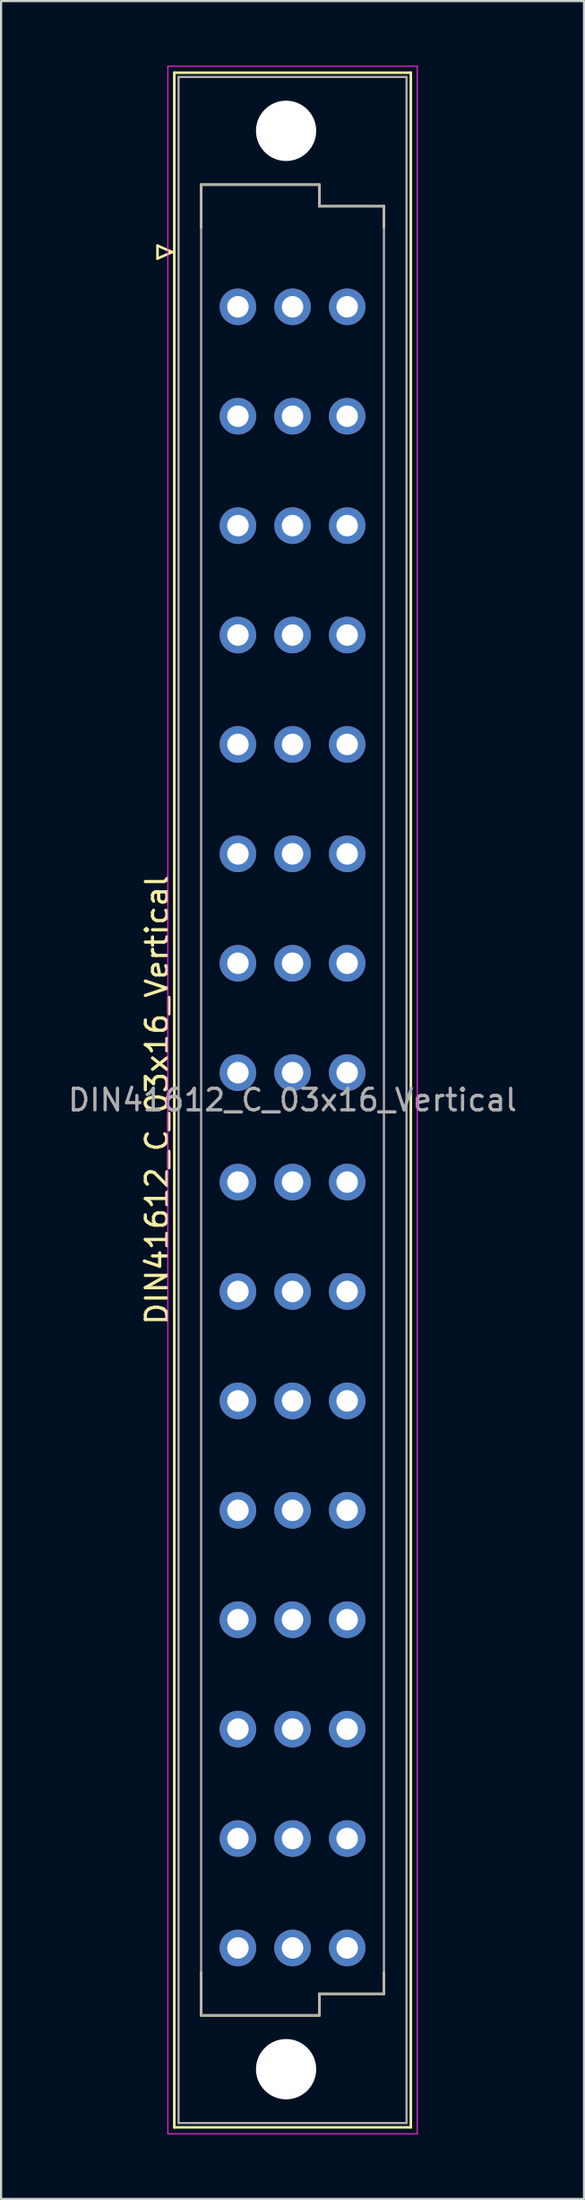
<source format=kicad_pcb>
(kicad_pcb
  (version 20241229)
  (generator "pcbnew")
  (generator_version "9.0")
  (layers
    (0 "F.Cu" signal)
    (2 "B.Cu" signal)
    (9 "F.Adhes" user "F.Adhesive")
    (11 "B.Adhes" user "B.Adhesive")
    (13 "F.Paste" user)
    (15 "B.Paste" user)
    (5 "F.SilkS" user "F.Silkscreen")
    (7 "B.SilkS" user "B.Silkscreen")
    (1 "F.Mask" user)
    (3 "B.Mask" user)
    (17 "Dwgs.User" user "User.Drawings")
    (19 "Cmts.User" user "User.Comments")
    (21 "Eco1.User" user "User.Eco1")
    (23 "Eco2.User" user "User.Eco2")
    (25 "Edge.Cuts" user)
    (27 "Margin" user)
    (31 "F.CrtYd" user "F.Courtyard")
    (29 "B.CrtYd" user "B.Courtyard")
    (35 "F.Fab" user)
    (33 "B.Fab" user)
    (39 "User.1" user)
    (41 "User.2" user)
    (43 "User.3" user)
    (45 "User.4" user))
  (footprint "DIN41612_C_03x16_Vertical"
    (layer "F.Cu")
    (at 8.014 8.655)
    (property "Reference" "DIN41612_C_03x16_Vertical" (at -3.76 39.37 90) (layer "F.SilkS") (effects (font (size 1 1) (thickness 0.15))))
    (attr through_hole)
    (fp_line (start -3.74 -0.3) (end -3.74 0.3) (stroke (width 0.12) (type solid)) (layer "F.SilkS"))
    (fp_line (start -3.74 0.3) (end -3.06 0) (stroke (width 0.12) (type solid)) (layer "F.SilkS"))
    (fp_line (start -3.06 0) (end -3.74 -0.3) (stroke (width 0.12) (type solid)) (layer "F.SilkS"))
    (fp_line (start -2.96 -8.33) (end 8.04 -8.33) (stroke (width 0.12) (type solid)) (layer "F.SilkS"))
    (fp_line (start -2.96 87.07) (end -2.96 -8.33) (stroke (width 0.12) (type solid)) (layer "F.SilkS"))
    (fp_line (start -1.71 -3.13) (end 3.79 -3.13) (stroke (width 0.12) (type solid)) (layer "F.SilkS"))
    (fp_line (start -1.71 -1.13) (end -1.71 -3.13) (stroke (width 0.12) (type solid)) (layer "F.SilkS"))
    (fp_line (start -1.71 79.87) (end -1.71 81.87) (stroke (width 0.12) (type solid)) (layer "F.SilkS"))
    (fp_line (start -1.71 81.87) (end 3.79 81.87) (stroke (width 0.12) (type solid)) (layer "F.SilkS"))
    (fp_line (start 3.79 -3.13) (end 3.79 -2.13) (stroke (width 0.12) (type solid)) (layer "F.SilkS"))
    (fp_line (start 3.79 -2.13) (end 6.79 -2.13) (stroke (width 0.12) (type solid)) (layer "F.SilkS"))
    (fp_line (start 3.79 80.87) (end 6.79 80.87) (stroke (width 0.12) (type solid)) (layer "F.SilkS"))
    (fp_line (start 3.79 81.87) (end 3.79 80.87) (stroke (width 0.12) (type solid)) (layer "F.SilkS"))
    (fp_line (start 6.79 -2.13) (end 6.79 -1.13) (stroke (width 0.12) (type solid)) (layer "F.SilkS"))
    (fp_line (start 6.79 80.87) (end 6.79 79.87) (stroke (width 0.12) (type solid)) (layer "F.SilkS"))
    (fp_line (start 8.04 -8.33) (end 8.04 87.07) (stroke (width 0.12) (type solid)) (layer "F.SilkS"))
    (fp_line (start 8.04 87.07) (end -2.96 87.07) (stroke (width 0.12) (type solid)) (layer "F.SilkS"))
    (fp_line (start -3.26 -8.63) (end 8.34 -8.63) (stroke (width 0.05) (type solid)) (layer "F.CrtYd"))
    (fp_line (start -3.26 87.37) (end -3.26 -8.63) (stroke (width 0.05) (type solid)) (layer "F.CrtYd"))
    (fp_line (start 8.34 -8.63) (end 8.34 87.37) (stroke (width 0.05) (type solid)) (layer "F.CrtYd"))
    (fp_line (start 8.34 87.37) (end -3.26 87.37) (stroke (width 0.05) (type solid)) (layer "F.CrtYd"))
    (fp_line (start -2.76 -8.13) (end 7.84 -8.13) (stroke (width 0.1) (type solid)) (layer "F.Fab"))
    (fp_line (start -2.76 86.87) (end -2.76 -8.13) (stroke (width 0.1) (type solid)) (layer "F.Fab"))
    (fp_line (start -1.71 -3.13) (end 3.79 -3.13) (stroke (width 0.1) (type solid)) (layer "F.Fab"))
    (fp_line (start -1.71 81.87) (end -1.71 -3.13) (stroke (width 0.1) (type solid)) (layer "F.Fab"))
    (fp_line (start 3.79 -3.13) (end 3.79 -2.13) (stroke (width 0.1) (type solid)) (layer "F.Fab"))
    (fp_line (start 3.79 -2.13) (end 6.79 -2.13) (stroke (width 0.1) (type solid)) (layer "F.Fab"))
    (fp_line (start 3.79 80.87) (end 3.79 81.87) (stroke (width 0.1) (type solid)) (layer "F.Fab"))
    (fp_line (start 3.79 81.87) (end -1.71 81.87) (stroke (width 0.1) (type solid)) (layer "F.Fab"))
    (fp_line (start 6.79 -2.13) (end 6.79 80.87) (stroke (width 0.1) (type solid)) (layer "F.Fab"))
    (fp_line (start 6.79 80.87) (end 3.79 80.87) (stroke (width 0.1) (type solid)) (layer "F.Fab"))
    (fp_line (start 7.84 -8.13) (end 7.84 86.87) (stroke (width 0.1) (type solid)) (layer "F.Fab"))
    (fp_line (start 7.84 86.87) (end -2.76 86.87) (stroke (width 0.1) (type solid)) (layer "F.Fab"))
    (fp_text user "${REFERENCE}" (at 2.54 39.37 0) (layer "F.Fab") (effects (font (size 1 1) (thickness 0.15))))
    (pad "" np_thru_hole circle (at 2.24 -5.63) (size 2.8 2.8) (drill 2.8) (layers "*.Cu" "*.Mask"))
    (pad "" np_thru_hole circle (at 2.24 84.37) (size 2.8 2.8) (drill 2.8) (layers "*.Cu" "*.Mask"))
    (pad "a2" thru_hole circle (at 0 2.54) (size 1.7 1.7) (drill 1) (layers "*.Cu" "*.Mask"))
    (pad "a4" thru_hole circle (at 0 7.62) (size 1.7 1.7) (drill 1) (layers "*.Cu" "*.Mask"))
    (pad "a6" thru_hole circle (at 0 12.7) (size 1.7 1.7) (drill 1) (layers "*.Cu" "*.Mask"))
    (pad "a8" thru_hole circle (at 0 17.78) (size 1.7 1.7) (drill 1) (layers "*.Cu" "*.Mask"))
    (pad "a10" thru_hole circle (at 0 22.86) (size 1.7 1.7) (drill 1) (layers "*.Cu" "*.Mask"))
    (pad "a12" thru_hole circle (at 0 27.94) (size 1.7 1.7) (drill 1) (layers "*.Cu" "*.Mask"))
    (pad "a14" thru_hole circle (at 0 33.02) (size 1.7 1.7) (drill 1) (layers "*.Cu" "*.Mask"))
    (pad "a16" thru_hole circle (at 0 38.1) (size 1.7 1.7) (drill 1) (layers "*.Cu" "*.Mask"))
    (pad "a18" thru_hole circle (at 0 43.18) (size 1.7 1.7) (drill 1) (layers "*.Cu" "*.Mask"))
    (pad "a20" thru_hole circle (at 0 48.26) (size 1.7 1.7) (drill 1) (layers "*.Cu" "*.Mask"))
    (pad "a22" thru_hole circle (at 0 53.34) (size 1.7 1.7) (drill 1) (layers "*.Cu" "*.Mask"))
    (pad "a24" thru_hole circle (at 0 58.42) (size 1.7 1.7) (drill 1) (layers "*.Cu" "*.Mask"))
    (pad "a26" thru_hole circle (at 0 63.5) (size 1.7 1.7) (drill 1) (layers "*.Cu" "*.Mask"))
    (pad "a28" thru_hole circle (at 0 68.58) (size 1.7 1.7) (drill 1) (layers "*.Cu" "*.Mask"))
    (pad "a30" thru_hole circle (at 0 73.66) (size 1.7 1.7) (drill 1) (layers "*.Cu" "*.Mask"))
    (pad "a32" thru_hole circle (at 0 78.74) (size 1.7 1.7) (drill 1) (layers "*.Cu" "*.Mask"))
    (pad "b2" thru_hole circle (at 2.54 2.54) (size 1.7 1.7) (drill 1) (layers "*.Cu" "*.Mask"))
    (pad "b4" thru_hole circle (at 2.54 7.62) (size 1.7 1.7) (drill 1) (layers "*.Cu" "*.Mask"))
    (pad "b6" thru_hole circle (at 2.54 12.7) (size 1.7 1.7) (drill 1) (layers "*.Cu" "*.Mask"))
    (pad "b8" thru_hole circle (at 2.54 17.78) (size 1.7 1.7) (drill 1) (layers "*.Cu" "*.Mask"))
    (pad "b10" thru_hole circle (at 2.54 22.86) (size 1.7 1.7) (drill 1) (layers "*.Cu" "*.Mask"))
    (pad "b12" thru_hole circle (at 2.54 27.94) (size 1.7 1.7) (drill 1) (layers "*.Cu" "*.Mask"))
    (pad "b14" thru_hole circle (at 2.54 33.02) (size 1.7 1.7) (drill 1) (layers "*.Cu" "*.Mask"))
    (pad "b16" thru_hole circle (at 2.54 38.1) (size 1.7 1.7) (drill 1) (layers "*.Cu" "*.Mask"))
    (pad "b18" thru_hole circle (at 2.54 43.18) (size 1.7 1.7) (drill 1) (layers "*.Cu" "*.Mask"))
    (pad "b20" thru_hole circle (at 2.54 48.26) (size 1.7 1.7) (drill 1) (layers "*.Cu" "*.Mask"))
    (pad "b22" thru_hole circle (at 2.54 53.34) (size 1.7 1.7) (drill 1) (layers "*.Cu" "*.Mask"))
    (pad "b24" thru_hole circle (at 2.54 58.42) (size 1.7 1.7) (drill 1) (layers "*.Cu" "*.Mask"))
    (pad "b26" thru_hole circle (at 2.54 63.5) (size 1.7 1.7) (drill 1) (layers "*.Cu" "*.Mask"))
    (pad "b28" thru_hole circle (at 2.54 68.58) (size 1.7 1.7) (drill 1) (layers "*.Cu" "*.Mask"))
    (pad "b30" thru_hole circle (at 2.54 73.66) (size 1.7 1.7) (drill 1) (layers "*.Cu" "*.Mask"))
    (pad "b32" thru_hole circle (at 2.54 78.74) (size 1.7 1.7) (drill 1) (layers "*.Cu" "*.Mask"))
    (pad "c2" thru_hole circle (at 5.08 2.54) (size 1.7 1.7) (drill 1) (layers "*.Cu" "*.Mask"))
    (pad "c4" thru_hole circle (at 5.08 7.62) (size 1.7 1.7) (drill 1) (layers "*.Cu" "*.Mask"))
    (pad "c6" thru_hole circle (at 5.08 12.7) (size 1.7 1.7) (drill 1) (layers "*.Cu" "*.Mask"))
    (pad "c8" thru_hole circle (at 5.08 17.78) (size 1.7 1.7) (drill 1) (layers "*.Cu" "*.Mask"))
    (pad "c10" thru_hole circle (at 5.08 22.86) (size 1.7 1.7) (drill 1) (layers "*.Cu" "*.Mask"))
    (pad "c12" thru_hole circle (at 5.08 27.94) (size 1.7 1.7) (drill 1) (layers "*.Cu" "*.Mask"))
    (pad "c14" thru_hole circle (at 5.08 33.02) (size 1.7 1.7) (drill 1) (layers "*.Cu" "*.Mask"))
    (pad "c16" thru_hole circle (at 5.08 38.1) (size 1.7 1.7) (drill 1) (layers "*.Cu" "*.Mask"))
    (pad "c18" thru_hole circle (at 5.08 43.18) (size 1.7 1.7) (drill 1) (layers "*.Cu" "*.Mask"))
    (pad "c20" thru_hole circle (at 5.08 48.26) (size 1.7 1.7) (drill 1) (layers "*.Cu" "*.Mask"))
    (pad "c22" thru_hole circle (at 5.08 53.34) (size 1.7 1.7) (drill 1) (layers "*.Cu" "*.Mask"))
    (pad "c24" thru_hole circle (at 5.08 58.42) (size 1.7 1.7) (drill 1) (layers "*.Cu" "*.Mask"))
    (pad "c26" thru_hole circle (at 5.08 63.5) (size 1.7 1.7) (drill 1) (layers "*.Cu" "*.Mask"))
    (pad "c28" thru_hole circle (at 5.08 68.58) (size 1.7 1.7) (drill 1) (layers "*.Cu" "*.Mask"))
    (pad "c30" thru_hole circle (at 5.08 73.66) (size 1.7 1.7) (drill 1) (layers "*.Cu" "*.Mask"))
    (pad "c32" thru_hole circle (at 5.08 78.74) (size 1.7 1.7) (drill 1) (layers "*.Cu" "*.Mask")))
  (gr_rect
    (start -3 -3)
    (end 24.107 99.05)
    (stroke (width 0.1) (type default))
    (fill no)
    (layer "Edge.Cuts")))
</source>
